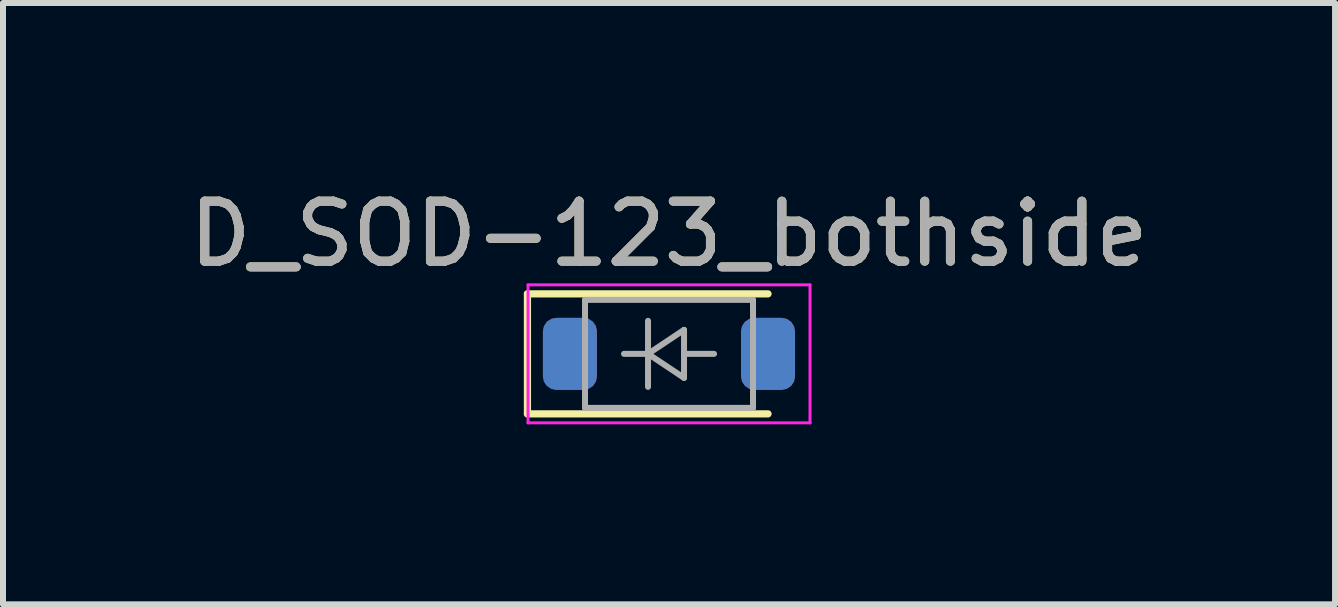
<source format=kicad_pcb>
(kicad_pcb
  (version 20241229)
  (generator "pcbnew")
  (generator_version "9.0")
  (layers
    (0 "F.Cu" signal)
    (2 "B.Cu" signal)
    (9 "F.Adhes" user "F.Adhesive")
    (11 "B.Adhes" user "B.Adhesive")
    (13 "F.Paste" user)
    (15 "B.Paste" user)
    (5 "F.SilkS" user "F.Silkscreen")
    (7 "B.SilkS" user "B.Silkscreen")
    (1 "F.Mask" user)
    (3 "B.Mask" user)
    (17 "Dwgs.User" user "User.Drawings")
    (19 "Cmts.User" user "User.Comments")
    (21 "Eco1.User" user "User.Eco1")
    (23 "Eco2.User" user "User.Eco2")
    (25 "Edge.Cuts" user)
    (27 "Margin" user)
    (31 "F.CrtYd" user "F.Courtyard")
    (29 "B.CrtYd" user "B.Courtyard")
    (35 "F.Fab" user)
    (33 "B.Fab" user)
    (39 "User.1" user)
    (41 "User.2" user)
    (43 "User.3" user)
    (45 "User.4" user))
  (footprint "D_SOD-123_bothside"
    (layer "F.Cu")
    (at 8.101 2.848)
    (property "Reference" "D_SOD-123_bothside" (at 0 -2 0) (layer "F.SilkS") (effects (font (size 1 1) (thickness 0.15))))
    (attr smd)
    (fp_line (start -2.36 -1) (end -2.36 1) (stroke (width 0.12) (type solid)) (layer "F.SilkS"))
    (fp_line (start -2.36 -1) (end 1.65 -1) (stroke (width 0.12) (type solid)) (layer "F.SilkS"))
    (fp_line (start -2.36 1) (end 1.65 1) (stroke (width 0.12) (type solid)) (layer "F.SilkS"))
    (fp_line (start -2.35 -1.15) (end -2.35 1.15) (stroke (width 0.05) (type solid)) (layer "F.CrtYd"))
    (fp_line (start -2.35 -1.15) (end 2.35 -1.15) (stroke (width 0.05) (type solid)) (layer "F.CrtYd"))
    (fp_line (start 2.35 -1.15) (end 2.35 1.15) (stroke (width 0.05) (type solid)) (layer "F.CrtYd"))
    (fp_line (start 2.35 1.15) (end -2.35 1.15) (stroke (width 0.05) (type solid)) (layer "F.CrtYd"))
    (fp_line (start -1.4 -0.9) (end 1.4 -0.9) (stroke (width 0.1) (type solid)) (layer "F.Fab"))
    (fp_line (start -1.4 0.9) (end -1.4 -0.9) (stroke (width 0.1) (type solid)) (layer "F.Fab"))
    (fp_line (start -0.75 0) (end -0.35 0) (stroke (width 0.1) (type solid)) (layer "F.Fab"))
    (fp_line (start -0.35 0) (end -0.35 -0.55) (stroke (width 0.1) (type solid)) (layer "F.Fab"))
    (fp_line (start -0.35 0) (end -0.35 0.55) (stroke (width 0.1) (type solid)) (layer "F.Fab"))
    (fp_line (start -0.35 0) (end 0.25 -0.4) (stroke (width 0.1) (type solid)) (layer "F.Fab"))
    (fp_line (start 0.25 -0.4) (end 0.25 0.4) (stroke (width 0.1) (type solid)) (layer "F.Fab"))
    (fp_line (start 0.25 0) (end 0.75 0) (stroke (width 0.1) (type solid)) (layer "F.Fab"))
    (fp_line (start 0.25 0.4) (end -0.35 0) (stroke (width 0.1) (type solid)) (layer "F.Fab"))
    (fp_line (start 1.4 -0.9) (end 1.4 0.9) (stroke (width 0.1) (type solid)) (layer "F.Fab"))
    (fp_line (start 1.4 0.9) (end -1.4 0.9) (stroke (width 0.1) (type solid)) (layer "F.Fab"))
    (fp_text user "${REFERENCE}" (at 0 -2 0) (layer "F.Fab") (effects (font (size 1 1) (thickness 0.15))))
    (pad "1" smd roundrect (at -1.653 0) (size 0.9 1.2) (layers "B.Cu" "B.Mask" "B.Paste") (roundrect_rratio 0.25))
    (pad "1" smd roundrect (at -1.65 0) (size 0.9 1.2) (layers "F.Cu" "F.Mask" "F.Paste") (roundrect_rratio 0.25))
    (pad "2" smd roundrect (at 1.65 0) (size 0.9 1.2) (layers "B.Cu" "B.Mask" "B.Paste") (roundrect_rratio 0.25))
    (pad "2" smd roundrect (at 1.65 0) (size 0.9 1.2) (layers "F.Cu" "F.Mask" "F.Paste") (roundrect_rratio 0.25)))
  (gr_rect
    (start -3 -3)
    (end 19.202 7.023)
    (stroke (width 0.1) (type default))
    (fill no)
    (layer "Edge.Cuts")))
</source>
